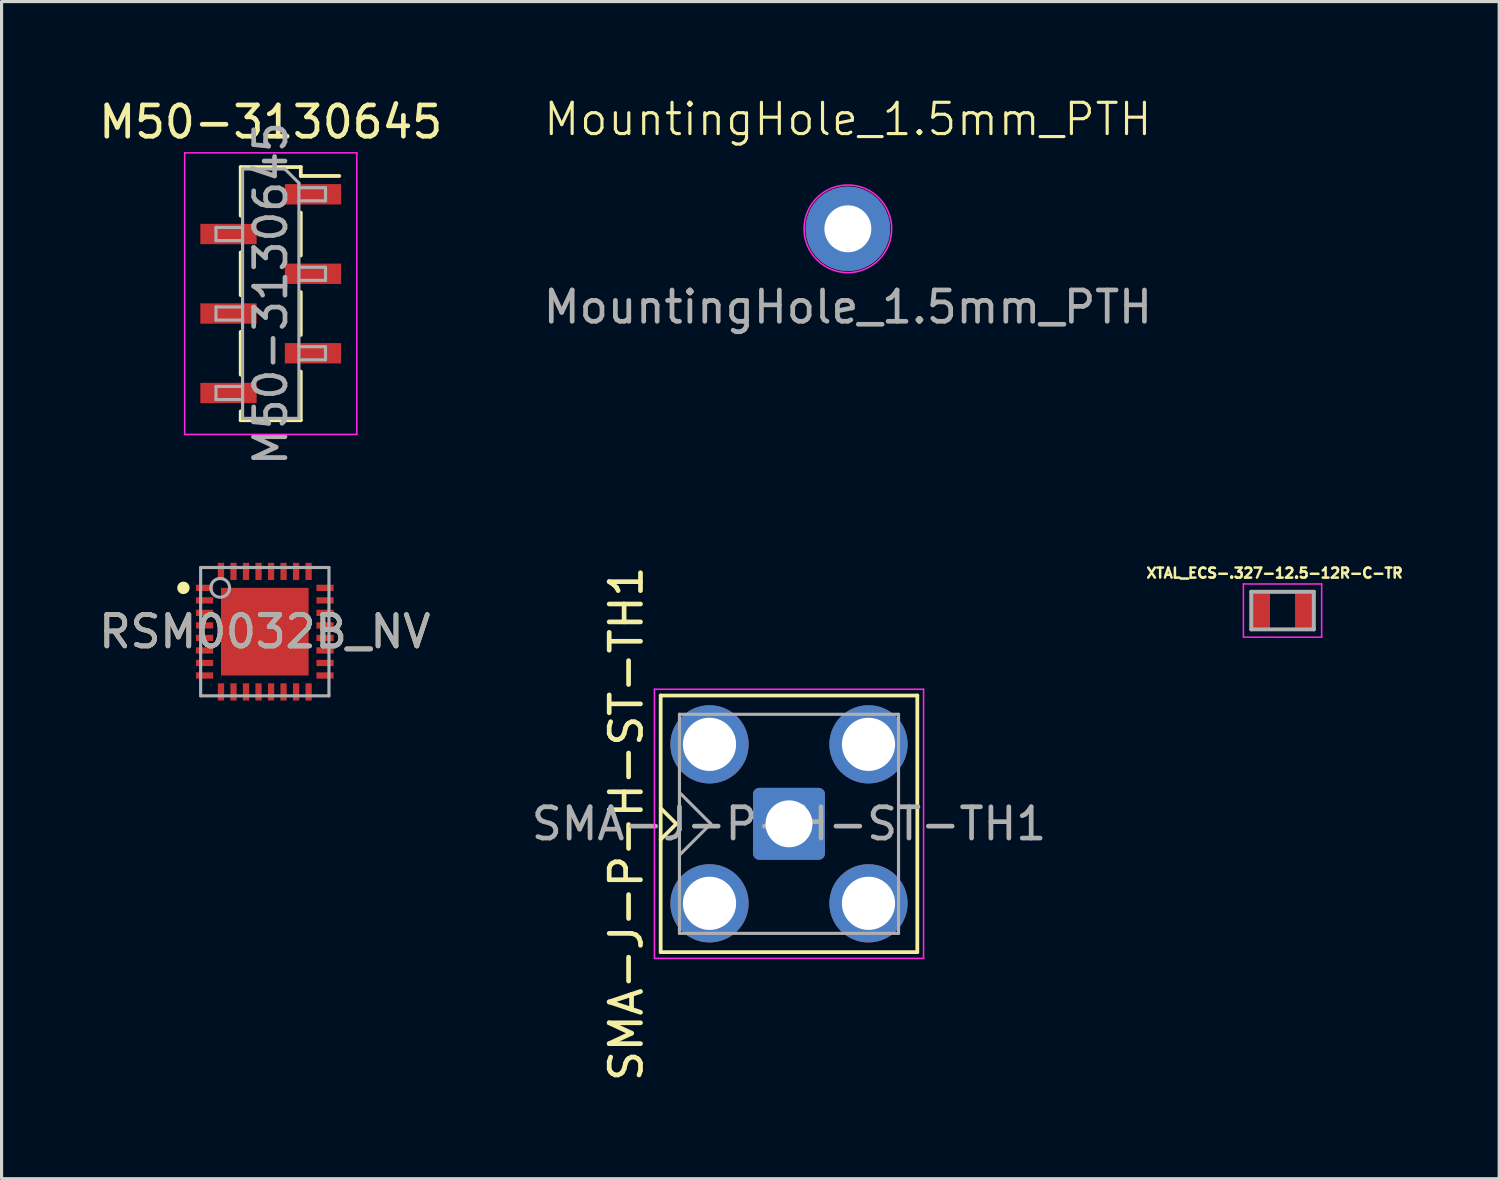
<source format=kicad_pcb>
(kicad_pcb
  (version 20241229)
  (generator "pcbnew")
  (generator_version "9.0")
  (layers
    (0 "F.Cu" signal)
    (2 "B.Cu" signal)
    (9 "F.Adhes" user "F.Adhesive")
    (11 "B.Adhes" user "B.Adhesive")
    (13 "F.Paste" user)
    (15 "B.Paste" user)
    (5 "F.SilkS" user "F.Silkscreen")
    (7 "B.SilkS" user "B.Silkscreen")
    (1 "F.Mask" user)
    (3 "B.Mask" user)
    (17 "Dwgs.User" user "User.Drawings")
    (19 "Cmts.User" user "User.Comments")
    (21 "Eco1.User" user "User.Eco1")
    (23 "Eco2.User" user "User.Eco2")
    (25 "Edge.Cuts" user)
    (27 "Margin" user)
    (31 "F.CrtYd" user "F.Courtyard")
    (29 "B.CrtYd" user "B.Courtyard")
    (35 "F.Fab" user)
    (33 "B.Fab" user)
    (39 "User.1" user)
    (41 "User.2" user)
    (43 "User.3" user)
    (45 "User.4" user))
  (footprint "XTAL_ECS-.327-12.5-12R-C-TR"
    (layer "F.Cu")
    (at 37.931 16.46)
    (property "Reference" "XTAL_ECS-.327-12.5-12R-C-TR" (at -0.254 -1.198 0) (layer "F.SilkS") (effects (font (size 0.32 0.32) (thickness 0.08))))
    (attr smd)
    (fp_line (start -1.25 -0.85) (end -1.25 0.85) (stroke (width 0.05) (type solid)) (layer "F.CrtYd"))
    (fp_line (start -1.25 0.85) (end 1.25 0.85) (stroke (width 0.05) (type solid)) (layer "F.CrtYd"))
    (fp_line (start 1.25 -0.85) (end -1.25 -0.85) (stroke (width 0.05) (type solid)) (layer "F.CrtYd"))
    (fp_line (start 1.25 0.85) (end 1.25 -0.85) (stroke (width 0.05) (type solid)) (layer "F.CrtYd"))
    (fp_line (start -1 -0.6) (end -1 0.6) (stroke (width 0.127) (type solid)) (layer "F.Fab"))
    (fp_line (start -1 0.6) (end 1 0.6) (stroke (width 0.127) (type solid)) (layer "F.Fab"))
    (fp_line (start 1 -0.6) (end -1 -0.6) (stroke (width 0.127) (type solid)) (layer "F.Fab"))
    (fp_line (start 1 0.6) (end 1 -0.6) (stroke (width 0.127) (type solid)) (layer "F.Fab"))
    (pad "1" smd rect (at -0.7 0) (size 0.6 1.1) (layers "F.Cu" "F.Mask" "F.Paste"))
    (pad "2" smd rect (at 0.7 0) (size 0.6 1.1) (layers "F.Cu" "F.Mask" "F.Paste")))
  (footprint "MountingHole_1.5mm_PTH"
    (layer "F.Cu")
    (at 24.042 4.261)
    (property "Reference" "MountingHole_1.5mm_PTH" (at 0 -3.5 0) (unlocked yes) (layer "F.SilkS") (effects (font (size 1 1) (thickness 0.1))))
    (attr smd)
    (fp_circle (center 0 0) (end 0 -1.4) (stroke (width 0.05) (type default)) (fill no) (layer "F.CrtYd"))
    (fp_text user "${REFERENCE}" (at 0 2.5 0) (unlocked yes) (layer "F.Fab") (effects (font (size 1 1) (thickness 0.15))))
    (pad "1" thru_hole circle (at 0 0) (size 2.7 2.7) (drill 1.5) (layers "*.Cu" "*.Mask")))
  (footprint "SMA-J-P-H-ST-TH1"
    (layer "F.Cu")
    (at 22.161 23.274)
    (property "Reference" "SMA-J-P-H-ST-TH1" (at -5.2 0 90) (layer "F.SilkS") (effects (font (size 1 1) (thickness 0.15))))
    (attr through_hole)
    (fp_line (start -4.1 -4.1) (end -4.1 4.1) (stroke (width 0.12) (type solid)) (layer "F.SilkS"))
    (fp_line (start -4.1 -4.1) (end 4.1 -4.1) (stroke (width 0.12) (type solid)) (layer "F.SilkS"))
    (fp_line (start -4.1 0.5) (end -3.6 0) (stroke (width 0.12) (type solid)) (layer "F.SilkS"))
    (fp_line (start -4.1 4.1) (end 4.1 4.1) (stroke (width 0.12) (type solid)) (layer "F.SilkS"))
    (fp_line (start -3.6 0) (end -4.1 -0.5) (stroke (width 0.12) (type solid)) (layer "F.SilkS"))
    (fp_line (start 4.1 -4.1) (end 4.1 4.1) (stroke (width 0.12) (type solid)) (layer "F.SilkS"))
    (fp_line (start -4.3 -4.3) (end -4.3 4.3) (stroke (width 0.05) (type solid)) (layer "F.CrtYd"))
    (fp_line (start -4.3 -4.3) (end 4.3 -4.3) (stroke (width 0.05) (type solid)) (layer "F.CrtYd"))
    (fp_line (start 4.3 4.3) (end -4.3 4.3) (stroke (width 0.05) (type solid)) (layer "F.CrtYd"))
    (fp_line (start 4.3 4.3) (end 4.3 -4.3) (stroke (width 0.05) (type solid)) (layer "F.CrtYd"))
    (fp_line (start -3.5 -3.5) (end -3.5 3.5) (stroke (width 0.1) (type solid)) (layer "F.Fab"))
    (fp_line (start -3.5 -3.5) (end 3.5 -3.5) (stroke (width 0.1) (type solid)) (layer "F.Fab"))
    (fp_line (start -3.5 -1) (end -2.5 0) (stroke (width 0.1) (type solid)) (layer "F.Fab"))
    (fp_line (start -3.5 3.5) (end 3.5 3.5) (stroke (width 0.1) (type solid)) (layer "F.Fab"))
    (fp_line (start -2.5 0) (end -3.5 1) (stroke (width 0.1) (type solid)) (layer "F.Fab"))
    (fp_line (start 3.5 -3.5) (end 3.5 3.5) (stroke (width 0.1) (type solid)) (layer "F.Fab"))
    (fp_text user "${REFERENCE}" (at 0 0 0) (layer "F.Fab") (effects (font (size 1 1) (thickness 0.15))))
    (pad "1" thru_hole roundrect (at 0 0) (size 2.3 2.3) (drill 1.5) (layers "*.Cu" "*.Mask") (remove_unused_layers yes) (keep_end_layers yes) (zone_layer_connections) (roundrect_rratio 0.087))
    (pad "2" thru_hole circle (at -2.54 -2.54) (size 2.5 2.5) (drill 1.7) (layers "*.Cu" "*.Mask") (remove_unused_layers yes) (keep_end_layers yes) (zone_layer_connections))
    (pad "2" thru_hole circle (at -2.54 2.54) (size 2.5 2.5) (drill 1.7) (layers "*.Cu" "*.Mask") (remove_unused_layers yes) (keep_end_layers yes) (zone_layer_connections))
    (pad "2" thru_hole circle (at 2.54 -2.54) (size 2.5 2.5) (drill 1.7) (layers "*.Cu" "*.Mask") (remove_unused_layers yes) (keep_end_layers yes) (zone_layer_connections))
    (pad "2" thru_hole circle (at 2.54 2.54) (size 2.5 2.5) (drill 1.7) (layers "*.Cu" "*.Mask") (remove_unused_layers yes) (keep_end_layers yes) (zone_layer_connections)))
  (footprint "RSM0032B_NV"
    (layer "F.Cu")
    (at 5.411 17.134)
    (property "Reference" "RSM0032B_NV" (at 0 0 0) (unlocked yes) (layer "F.SilkS") (effects (font (size 1 1) (thickness 0.15))))
    (attr smd)
    (fp_circle (center -2.6 -1.4) (end -2.6 -1.5) (stroke (width 0.2) (type solid)) (fill no) (layer "F.SilkS"))
    (fp_poly (pts (xy -0.1 -1.281) (xy -0.1 -0.149) (xy -0.101 -0.14) (xy -0.104 -0.13) (xy -0.108 -0.122) (xy -0.114 -0.114) (xy -0.122 -0.108) (xy -0.13 -0.104) (xy -0.14 -0.101) (xy -0.149 -0.1) (xy -1.281 -0.1) (xy -1.29 -0.101) (xy -1.3 -0.104) (xy -1.308 -0.108) (xy -1.316 -0.114) (xy -1.322 -0.122) (xy -1.326 -0.13) (xy -1.329 -0.14) (xy -1.33 -0.149) (xy -1.33 -1.281) (xy -1.329 -1.29) (xy -1.326 -1.3) (xy -1.322 -1.308) (xy -1.316 -1.316) (xy -1.308 -1.322) (xy -1.3 -1.326) (xy -1.29 -1.329) (xy -1.281 -1.33) (xy -0.149 -1.33) (xy -0.14 -1.329) (xy -0.13 -1.326) (xy -0.122 -1.322) (xy -0.114 -1.316) (xy -0.108 -1.308) (xy -0.104 -1.3) (xy -0.101 -1.29)) (stroke (width 0) (type solid)) (fill yes) (layer "F.Paste"))
    (fp_poly (pts (xy -0.1 0.149) (xy -0.1 1.281) (xy -0.101 1.29) (xy -0.104 1.3) (xy -0.108 1.308) (xy -0.114 1.316) (xy -0.122 1.322) (xy -0.13 1.326) (xy -0.14 1.329) (xy -0.149 1.33) (xy -1.281 1.33) (xy -1.29 1.329) (xy -1.3 1.326) (xy -1.308 1.322) (xy -1.316 1.316) (xy -1.322 1.308) (xy -1.326 1.3) (xy -1.329 1.29) (xy -1.33 1.281) (xy -1.33 0.149) (xy -1.329 0.14) (xy -1.326 0.13) (xy -1.322 0.122) (xy -1.316 0.114) (xy -1.308 0.108) (xy -1.3 0.104) (xy -1.29 0.101) (xy -1.281 0.1) (xy -0.149 0.1) (xy -0.14 0.101) (xy -0.13 0.104) (xy -0.122 0.108) (xy -0.114 0.114) (xy -0.108 0.122) (xy -0.104 0.13) (xy -0.101 0.14)) (stroke (width 0) (type solid)) (fill yes) (layer "F.Paste"))
    (fp_poly (pts (xy 0.1 -0.149) (xy 0.1 -1.281) (xy 0.101 -1.29) (xy 0.104 -1.3) (xy 0.108 -1.308) (xy 0.114 -1.316) (xy 0.122 -1.322) (xy 0.13 -1.326) (xy 0.14 -1.329) (xy 0.149 -1.33) (xy 1.281 -1.33) (xy 1.29 -1.329) (xy 1.3 -1.326) (xy 1.308 -1.322) (xy 1.316 -1.316) (xy 1.322 -1.308) (xy 1.326 -1.3) (xy 1.329 -1.29) (xy 1.33 -1.281) (xy 1.33 -0.149) (xy 1.329 -0.14) (xy 1.326 -0.13) (xy 1.322 -0.122) (xy 1.316 -0.114) (xy 1.308 -0.108) (xy 1.3 -0.104) (xy 1.29 -0.101) (xy 1.281 -0.1) (xy 0.149 -0.1) (xy 0.14 -0.101) (xy 0.13 -0.104) (xy 0.122 -0.108) (xy 0.114 -0.114) (xy 0.108 -0.122) (xy 0.104 -0.13) (xy 0.101 -0.14)) (stroke (width 0) (type solid)) (fill yes) (layer "F.Paste"))
    (fp_poly (pts (xy 0.1 1.281) (xy 0.1 0.149) (xy 0.101 0.14) (xy 0.104 0.13) (xy 0.108 0.122) (xy 0.114 0.114) (xy 0.122 0.108) (xy 0.13 0.104) (xy 0.14 0.101) (xy 0.149 0.1) (xy 1.281 0.1) (xy 1.29 0.101) (xy 1.3 0.104) (xy 1.308 0.108) (xy 1.316 0.114) (xy 1.322 0.122) (xy 1.326 0.13) (xy 1.329 0.14) (xy 1.33 0.149) (xy 1.33 1.281) (xy 1.329 1.29) (xy 1.326 1.3) (xy 1.322 1.308) (xy 1.316 1.316) (xy 1.308 1.322) (xy 1.3 1.326) (xy 1.29 1.329) (xy 1.281 1.33) (xy 0.149 1.33) (xy 0.14 1.329) (xy 0.13 1.326) (xy 0.122 1.322) (xy 0.114 1.316) (xy 0.108 1.308) (xy 0.104 1.3) (xy 0.101 1.29)) (stroke (width 0) (type solid)) (fill yes) (layer "F.Paste"))
    (fp_line (start -2.05 -2.05) (end 2.05 -2.05) (stroke (width 0.1) (type solid)) (layer "F.Fab"))
    (fp_line (start -2.05 2.05) (end -2.05 -2.05) (stroke (width 0.1) (type solid)) (layer "F.Fab"))
    (fp_line (start -2.05 2.05) (end 2.05 2.05) (stroke (width 0.1) (type solid)) (layer "F.Fab"))
    (fp_line (start 2.05 2.05) (end 2.05 -2.05) (stroke (width 0.1) (type solid)) (layer "F.Fab"))
    (fp_circle (center -1.425 -1.4) (end -1.125 -1.4) (stroke (width 0.1) (type solid)) (fill no) (layer "F.Fab"))
    (fp_text user "${REFERENCE}" (at 0 0 0) (unlocked yes) (layer "F.Fab") (effects (font (size 1 1) (thickness 0.15))))
    (pad "1" smd rect (at -1.925 -1.4 90) (size 0.2 0.55) (layers "F.Cu" "F.Mask" "F.Paste"))
    (pad "2" smd rect (at -1.925 -1 90) (size 0.2 0.55) (layers "F.Cu" "F.Mask" "F.Paste"))
    (pad "3" smd rect (at -1.925 -0.6 90) (size 0.2 0.55) (layers "F.Cu" "F.Mask" "F.Paste"))
    (pad "4" smd rect (at -1.925 -0.2 90) (size 0.2 0.55) (layers "F.Cu" "F.Mask" "F.Paste"))
    (pad "5" smd rect (at -1.925 0.2 90) (size 0.2 0.55) (layers "F.Cu" "F.Mask" "F.Paste"))
    (pad "6" smd rect (at -1.925 0.6 90) (size 0.2 0.55) (layers "F.Cu" "F.Mask" "F.Paste"))
    (pad "7" smd rect (at -1.925 1 90) (size 0.2 0.55) (layers "F.Cu" "F.Mask" "F.Paste"))
    (pad "8" smd rect (at -1.925 1.4 90) (size 0.2 0.55) (layers "F.Cu" "F.Mask" "F.Paste"))
    (pad "9" smd rect (at -1.4 1.925) (size 0.2 0.55) (layers "F.Cu" "F.Mask" "F.Paste"))
    (pad "10" smd rect (at -1 1.925) (size 0.2 0.55) (layers "F.Cu" "F.Mask" "F.Paste"))
    (pad "11" smd rect (at -0.6 1.925) (size 0.2 0.55) (layers "F.Cu" "F.Mask" "F.Paste"))
    (pad "12" smd rect (at -0.2 1.925) (size 0.2 0.55) (layers "F.Cu" "F.Mask" "F.Paste"))
    (pad "13" smd rect (at 0.2 1.925) (size 0.2 0.55) (layers "F.Cu" "F.Mask" "F.Paste"))
    (pad "14" smd rect (at 0.6 1.925) (size 0.2 0.55) (layers "F.Cu" "F.Mask" "F.Paste"))
    (pad "15" smd rect (at 1 1.925) (size 0.2 0.55) (layers "F.Cu" "F.Mask" "F.Paste"))
    (pad "16" smd rect (at 1.4 1.925) (size 0.2 0.55) (layers "F.Cu" "F.Mask" "F.Paste"))
    (pad "17" smd rect (at 1.925 1.4 90) (size 0.2 0.55) (layers "F.Cu" "F.Mask" "F.Paste"))
    (pad "18" smd rect (at 1.925 1 90) (size 0.2 0.55) (layers "F.Cu" "F.Mask" "F.Paste"))
    (pad "19" smd rect (at 1.925 0.6 90) (size 0.2 0.55) (layers "F.Cu" "F.Mask" "F.Paste"))
    (pad "20" smd rect (at 1.925 0.2 90) (size 0.2 0.55) (layers "F.Cu" "F.Mask" "F.Paste"))
    (pad "21" smd rect (at 1.925 -0.2 90) (size 0.2 0.55) (layers "F.Cu" "F.Mask" "F.Paste"))
    (pad "22" smd rect (at 1.925 -0.6 90) (size 0.2 0.55) (layers "F.Cu" "F.Mask" "F.Paste"))
    (pad "23" smd rect (at 1.925 -1 90) (size 0.2 0.55) (layers "F.Cu" "F.Mask" "F.Paste"))
    (pad "24" smd rect (at 1.925 -1.4 90) (size 0.2 0.55) (layers "F.Cu" "F.Mask" "F.Paste"))
    (pad "25" smd rect (at 1.4 -1.925) (size 0.2 0.55) (layers "F.Cu" "F.Mask" "F.Paste"))
    (pad "26" smd rect (at 1 -1.925) (size 0.2 0.55) (layers "F.Cu" "F.Mask" "F.Paste"))
    (pad "27" smd rect (at 0.6 -1.925) (size 0.2 0.55) (layers "F.Cu" "F.Mask" "F.Paste"))
    (pad "28" smd rect (at 0.2 -1.925) (size 0.2 0.55) (layers "F.Cu" "F.Mask" "F.Paste"))
    (pad "29" smd rect (at -0.2 -1.925) (size 0.2 0.55) (layers "F.Cu" "F.Mask" "F.Paste"))
    (pad "30" smd rect (at -0.6 -1.925) (size 0.2 0.55) (layers "F.Cu" "F.Mask" "F.Paste"))
    (pad "31" smd rect (at -1 -1.925) (size 0.2 0.55) (layers "F.Cu" "F.Mask" "F.Paste"))
    (pad "32" smd rect (at -1.4 -1.925) (size 0.2 0.55) (layers "F.Cu" "F.Mask" "F.Paste"))
    (pad "33" smd rect (at 0.000003 0) (size 2.8 2.8) (layers "F.Cu" "F.Mask")))
  (footprint "M50-3130645"
    (layer "F.Cu")
    (at 5.601 6.333)
    (property "Reference" "M50-3130645" (at 0 -5.485 0) (layer "F.SilkS") (effects (font (size 1 1) (thickness 0.15))))
    (attr smd)
    (fp_line (start -0.96 -4.045) (end -0.96 -2.49) (stroke (width 0.12) (type solid)) (layer "F.SilkS"))
    (fp_line (start -0.96 -4.045) (end 0.96 -4.045) (stroke (width 0.12) (type solid)) (layer "F.SilkS"))
    (fp_line (start -0.96 -1.32) (end -0.96 0.05) (stroke (width 0.12) (type solid)) (layer "F.SilkS"))
    (fp_line (start -0.96 1.22) (end -0.96 2.59) (stroke (width 0.12) (type solid)) (layer "F.SilkS"))
    (fp_line (start -0.96 3.76) (end -0.96 4.045) (stroke (width 0.12) (type solid)) (layer "F.SilkS"))
    (fp_line (start -0.96 4.045) (end 0.96 4.045) (stroke (width 0.12) (type solid)) (layer "F.SilkS"))
    (fp_line (start 0.96 -4.045) (end 0.96 -3.76) (stroke (width 0.12) (type solid)) (layer "F.SilkS"))
    (fp_line (start 0.96 -3.76) (end 2.19 -3.76) (stroke (width 0.12) (type solid)) (layer "F.SilkS"))
    (fp_line (start 0.96 -2.59) (end 0.96 -1.22) (stroke (width 0.12) (type solid)) (layer "F.SilkS"))
    (fp_line (start 0.96 -0.05) (end 0.96 1.32) (stroke (width 0.12) (type solid)) (layer "F.SilkS"))
    (fp_line (start 0.96 2.49) (end 0.96 4.045) (stroke (width 0.12) (type solid)) (layer "F.SilkS"))
    (fp_line (start -2.75 -4.5) (end 2.75 -4.5) (stroke (width 0.05) (type solid)) (layer "F.CrtYd"))
    (fp_line (start -2.75 4.5) (end -2.75 -4.5) (stroke (width 0.05) (type solid)) (layer "F.CrtYd"))
    (fp_line (start 2.75 -4.5) (end 2.75 4.5) (stroke (width 0.05) (type solid)) (layer "F.CrtYd"))
    (fp_line (start 2.75 4.5) (end -2.75 4.5) (stroke (width 0.05) (type solid)) (layer "F.CrtYd"))
    (fp_line (start -1.75 -2.115) (end -0.9 -2.115) (stroke (width 0.1) (type solid)) (layer "F.Fab"))
    (fp_line (start -1.75 -1.695) (end -1.75 -2.115) (stroke (width 0.1) (type solid)) (layer "F.Fab"))
    (fp_line (start -1.75 0.425) (end -0.9 0.425) (stroke (width 0.1) (type solid)) (layer "F.Fab"))
    (fp_line (start -1.75 0.845) (end -1.75 0.425) (stroke (width 0.1) (type solid)) (layer "F.Fab"))
    (fp_line (start -1.75 2.965) (end -0.9 2.965) (stroke (width 0.1) (type solid)) (layer "F.Fab"))
    (fp_line (start -1.75 3.385) (end -1.75 2.965) (stroke (width 0.1) (type solid)) (layer "F.Fab"))
    (fp_line (start -0.9 -3.985) (end 0.45 -3.985) (stroke (width 0.1) (type solid)) (layer "F.Fab"))
    (fp_line (start -0.9 -1.695) (end -1.75 -1.695) (stroke (width 0.1) (type solid)) (layer "F.Fab"))
    (fp_line (start -0.9 0.845) (end -1.75 0.845) (stroke (width 0.1) (type solid)) (layer "F.Fab"))
    (fp_line (start -0.9 3.385) (end -1.75 3.385) (stroke (width 0.1) (type solid)) (layer "F.Fab"))
    (fp_line (start -0.9 3.985) (end -0.9 -3.985) (stroke (width 0.1) (type solid)) (layer "F.Fab"))
    (fp_line (start 0.45 -3.985) (end 0.9 -3.535) (stroke (width 0.1) (type solid)) (layer "F.Fab"))
    (fp_line (start 0.9 -3.535) (end 0.9 3.985) (stroke (width 0.1) (type solid)) (layer "F.Fab"))
    (fp_line (start 0.9 -3.385) (end 1.75 -3.385) (stroke (width 0.1) (type solid)) (layer "F.Fab"))
    (fp_line (start 0.9 -0.845) (end 1.75 -0.845) (stroke (width 0.1) (type solid)) (layer "F.Fab"))
    (fp_line (start 0.9 1.695) (end 1.75 1.695) (stroke (width 0.1) (type solid)) (layer "F.Fab"))
    (fp_line (start 0.9 3.985) (end -0.9 3.985) (stroke (width 0.1) (type solid)) (layer "F.Fab"))
    (fp_line (start 1.75 -3.385) (end 1.75 -2.965) (stroke (width 0.1) (type solid)) (layer "F.Fab"))
    (fp_line (start 1.75 -2.965) (end 0.9 -2.965) (stroke (width 0.1) (type solid)) (layer "F.Fab"))
    (fp_line (start 1.75 -0.845) (end 1.75 -0.425) (stroke (width 0.1) (type solid)) (layer "F.Fab"))
    (fp_line (start 1.75 -0.425) (end 0.9 -0.425) (stroke (width 0.1) (type solid)) (layer "F.Fab"))
    (fp_line (start 1.75 1.695) (end 1.75 2.115) (stroke (width 0.1) (type solid)) (layer "F.Fab"))
    (fp_line (start 1.75 2.115) (end 0.9 2.115) (stroke (width 0.1) (type solid)) (layer "F.Fab"))
    (fp_text user "${REFERENCE}" (at 0 0 90) (layer "F.Fab") (effects (font (size 1 1) (thickness 0.15))))
    (pad "1" smd rect (at 1.35 -3.175) (size 1.8 0.65) (layers "F.Cu" "F.Mask" "F.Paste"))
    (pad "2" smd rect (at -1.35 -1.905) (size 1.8 0.65) (layers "F.Cu" "F.Mask" "F.Paste"))
    (pad "3" smd rect (at 1.35 -0.635) (size 1.8 0.65) (layers "F.Cu" "F.Mask" "F.Paste"))
    (pad "4" smd rect (at -1.35 0.635) (size 1.8 0.65) (layers "F.Cu" "F.Mask" "F.Paste"))
    (pad "5" smd rect (at 1.35 1.905) (size 1.8 0.65) (layers "F.Cu" "F.Mask" "F.Paste"))
    (pad "6" smd rect (at -1.35 3.175) (size 1.8 0.65) (layers "F.Cu" "F.Mask" "F.Paste")))
  (gr_rect
    (start -3 -3)
    (end 44.854 34.613)
    (stroke (width 0.1) (type default))
    (fill no)
    (layer "Edge.Cuts")))
</source>
